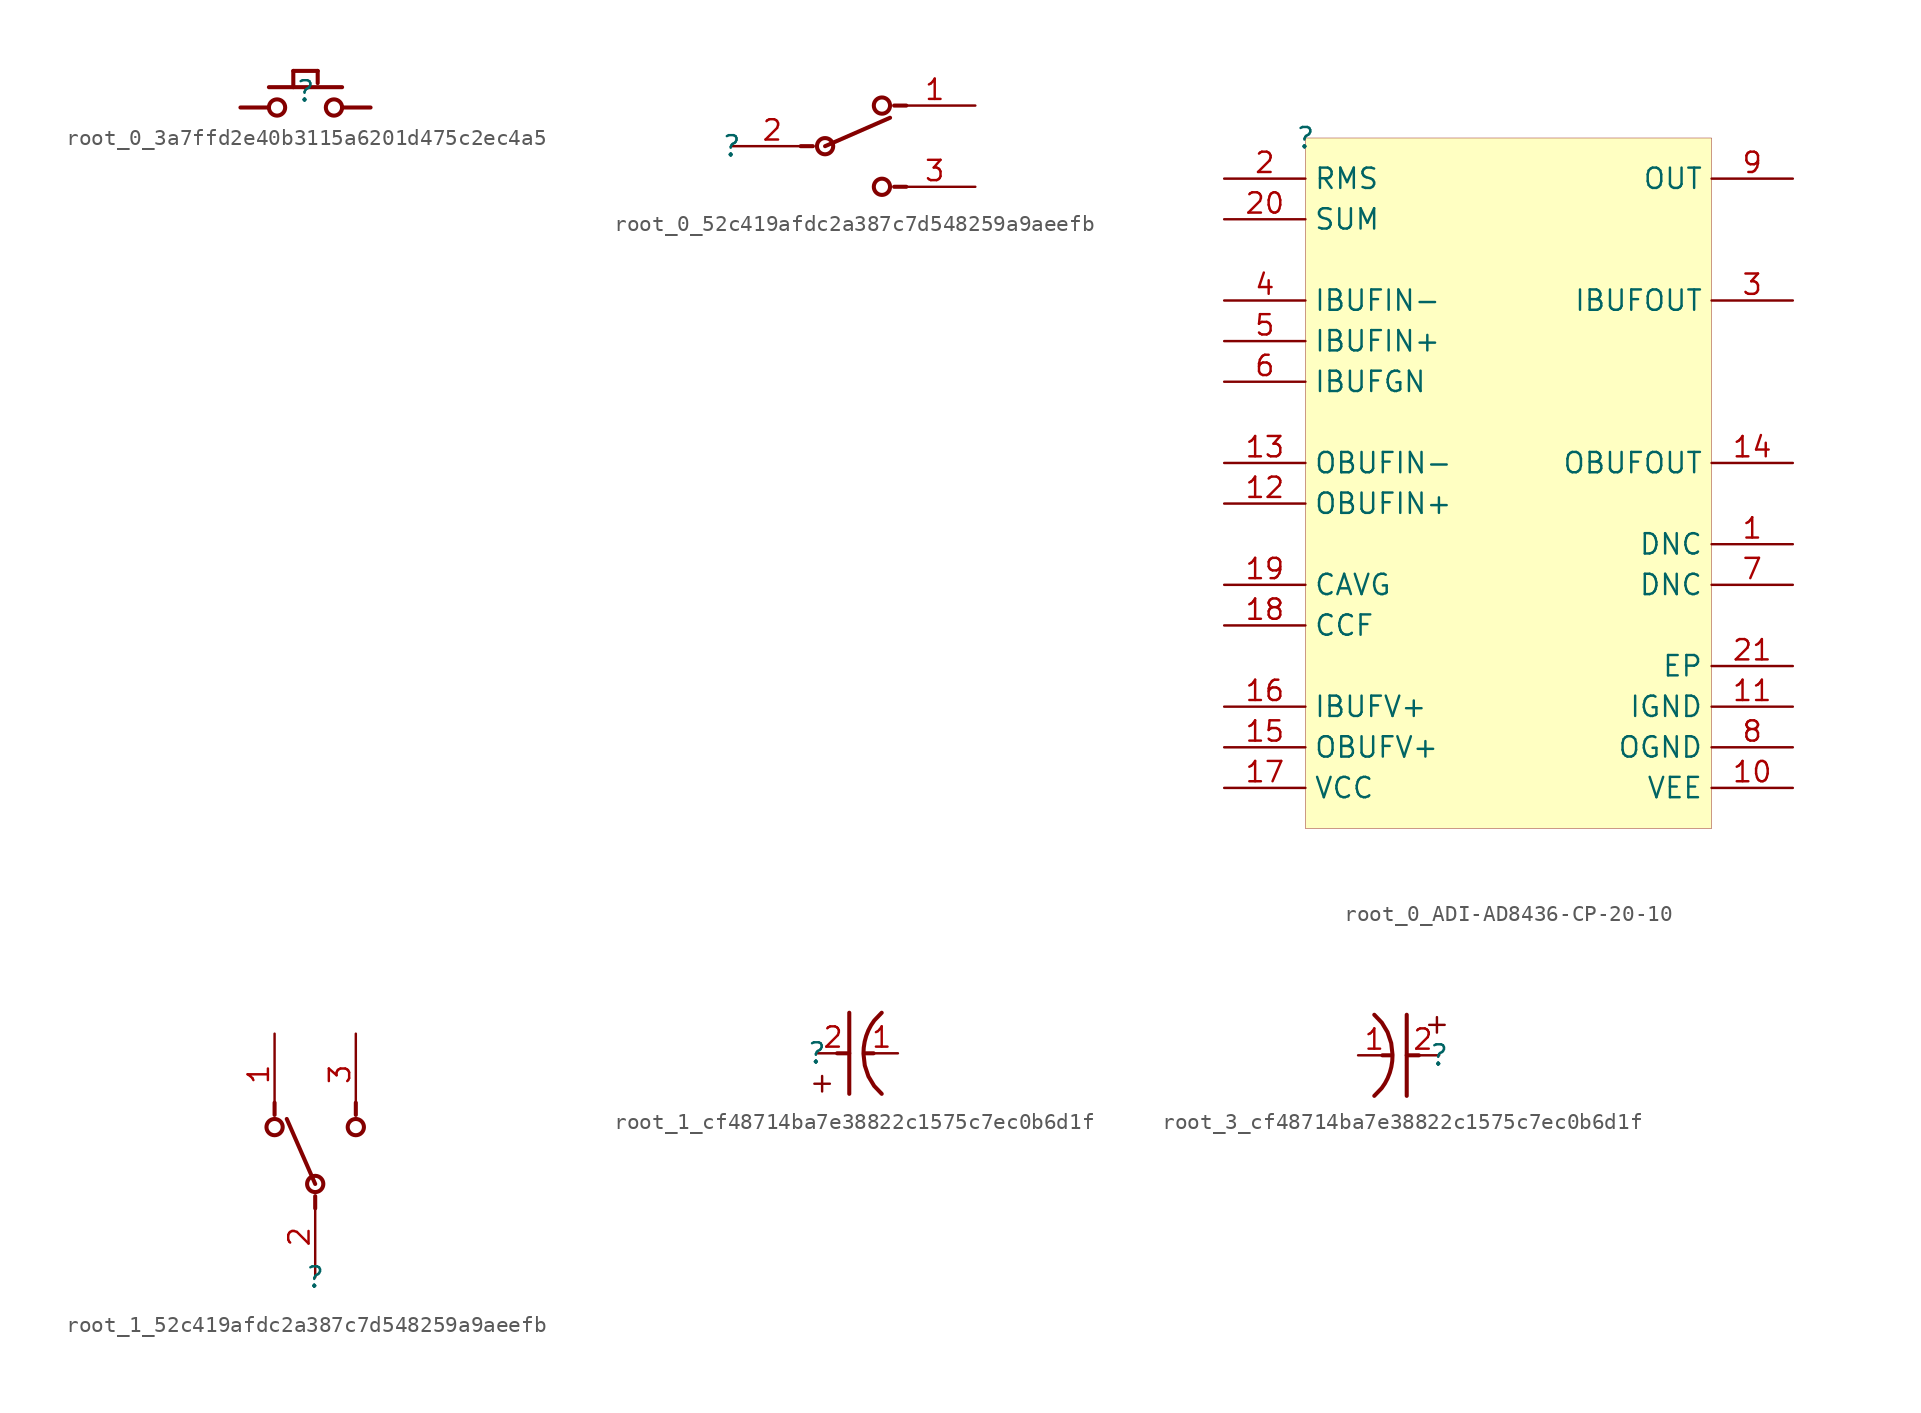
<source format=kicad_sym>
(kicad_symbol_lib
  (version 20231120)
  (generator "kicad_symbol_editor")
  (generator_version "8.0")
  (symbol "root_0_3a7ffd2e40b3115a6201d475c2ec4a5"
    (property "Reference" ""
      (at 0 0 0)
      (effects (font (size 1.27 1.27))))
    (property "Value" ""
      (at 0 0 0)
      (effects (font (size 1.27 1.27))))
    (symbol "root_0_3a7ffd2e40b3115a6201d475c2ec4a5_1_0"
      (circle (center -1.778 -1.016) (radius 0.508) (stroke (width 0.254) (type solid)) (fill (type none)))
      (polyline (pts (xy -2.286 -1.016) (xy -4.064 -1.016)) (stroke (width 0.254) (type solid)) (fill (type none)))
      (polyline (pts (xy -2.286 0.254) (xy 2.286 0.254)) (stroke (width 0.254) (type solid)) (fill (type none)))
      (polyline (pts (xy -0.762 0.254) (xy -0.762 1.27)) (stroke (width 0.254) (type solid)) (fill (type none)))
      (polyline (pts (xy -0.762 1.27) (xy 0.762 1.27)) (stroke (width 0.254) (type solid)) (fill (type none)))
      (polyline (pts (xy 0.762 1.27) (xy 0.762 0.508)) (stroke (width 0.254) (type solid)) (fill (type none)))
      (polyline (pts (xy 2.286 -1.016) (xy 4.064 -1.016)) (stroke (width 0.254) (type solid)) (fill (type none)))
      (circle (center 1.778 -1.016) (radius 0.508) (stroke (width 0.254) (type solid)) (fill (type none)))))
  (symbol "root_0_52c419afdc2a387c7d548259a9aeefb"
    (property "Reference" ""
      (at 0 0 0)
      (effects (font (size 1.27 1.27))))
    (property "Value" ""
      (at 0 0 0)
      (effects (font (size 1.27 1.27))))
    (symbol "root_0_52c419afdc2a387c7d548259a9aeefb_1_0"
      (polyline (pts (xy 5.08 0) (xy 4.318 0)) (stroke (width 0.254) (type solid)) (fill (type none)))
      (polyline (pts (xy 5.842 0) (xy 9.906 1.778)) (stroke (width 0.254) (type solid)) (fill (type none)))
      (polyline (pts (xy 10.16 -2.54) (xy 10.922 -2.54)) (stroke (width 0.254) (type solid)) (fill (type none)))
      (polyline (pts (xy 10.16 2.54) (xy 10.922 2.54)) (stroke (width 0.254) (type solid)) (fill (type none)))
      (circle (center 5.842 0) (radius 0.508) (stroke (width 0.254) (type solid)) (fill (type none)))
      (circle (center 9.398 -2.54) (radius 0.508) (stroke (width 0.254) (type solid)) (fill (type none)))
      (circle (center 9.398 2.54) (radius 0.508) (stroke (width 0.254) (type solid)) (fill (type none)))
      (pin passive line (at 15.24 2.54 180) (length 5.08) (name "1" (effects (font (size 0 0)))) (number "1" (effects (font (size 1.27 1.27)))))
      (pin passive line (at 0 0 0) (length 5.08) (name "2" (effects (font (size 0 0)))) (number "2" (effects (font (size 1.27 1.27)))))
      (pin passive line (at 15.24 -2.54 180) (length 5.08) (name "3" (effects (font (size 0 0)))) (number "3" (effects (font (size 1.27 1.27)))))))
  (symbol "root_0_ADI-AD8436-CP-20-10"
    (property "Reference" ""
      (at 0 0 0)
      (effects (font (size 1.27 1.27))))
    (property "Value" ""
      (at 0 0 0)
      (effects (font (size 1.27 1.27))))
    (symbol "root_0_ADI-AD8436-CP-20-10_1_0"
      (rectangle (start 25.4 0) (end 0 -43.18) (stroke (width 0.025) (type solid) (color 128 0 0 1)) (fill (type background)))
      (pin passive line (at 30.48 -25.4 180) (length 5.08) (name "DNC" (effects (font (size 1.27 1.27)))) (number "1" (effects (font (size 1.27 1.27)))))
      (pin power_in line (at 30.48 -40.64 180) (length 5.08) (name "VEE" (effects (font (size 1.27 1.27)))) (number "10" (effects (font (size 1.27 1.27)))))
      (pin passive line (at 30.48 -35.56 180) (length 5.08) (name "IGND" (effects (font (size 1.27 1.27)))) (number "11" (effects (font (size 1.27 1.27)))))
      (pin input line (at -5.08 -22.86 0) (length 5.08) (name "OBUFIN+" (effects (font (size 1.27 1.27)))) (number "12" (effects (font (size 1.27 1.27)))))
      (pin input line (at -5.08 -20.32 0) (length 5.08) (name "OBUFIN-" (effects (font (size 1.27 1.27)))) (number "13" (effects (font (size 1.27 1.27)))))
      (pin output line (at 30.48 -20.32 180) (length 5.08) (name "OBUFOUT" (effects (font (size 1.27 1.27)))) (number "14" (effects (font (size 1.27 1.27)))))
      (pin power_in line (at -5.08 -38.1 0) (length 5.08) (name "OBUFV+" (effects (font (size 1.27 1.27)))) (number "15" (effects (font (size 1.27 1.27)))))
      (pin power_in line (at -5.08 -35.56 0) (length 5.08) (name "IBUFV+" (effects (font (size 1.27 1.27)))) (number "16" (effects (font (size 1.27 1.27)))))
      (pin power_in line (at -5.08 -40.64 0) (length 5.08) (name "VCC" (effects (font (size 1.27 1.27)))) (number "17" (effects (font (size 1.27 1.27)))))
      (pin passive line (at -5.08 -30.48 0) (length 5.08) (name "CCF" (effects (font (size 1.27 1.27)))) (number "18" (effects (font (size 1.27 1.27)))))
      (pin passive line (at -5.08 -27.94 0) (length 5.08) (name "CAVG" (effects (font (size 1.27 1.27)))) (number "19" (effects (font (size 1.27 1.27)))))
      (pin input line (at -5.08 -2.54 0) (length 5.08) (name "RMS" (effects (font (size 1.27 1.27)))) (number "2" (effects (font (size 1.27 1.27)))))
      (pin input line (at -5.08 -5.08 0) (length 5.08) (name "SUM" (effects (font (size 1.27 1.27)))) (number "20" (effects (font (size 1.27 1.27)))))
      (pin passive line (at 30.48 -33.02 180) (length 5.08) (name "EP" (effects (font (size 1.27 1.27)))) (number "21" (effects (font (size 1.27 1.27)))))
      (pin output line (at 30.48 -10.16 180) (length 5.08) (name "IBUFOUT" (effects (font (size 1.27 1.27)))) (number "3" (effects (font (size 1.27 1.27)))))
      (pin input line (at -5.08 -10.16 0) (length 5.08) (name "IBUFIN-" (effects (font (size 1.27 1.27)))) (number "4" (effects (font (size 1.27 1.27)))))
      (pin input line (at -5.08 -12.7 0) (length 5.08) (name "IBUFIN+" (effects (font (size 1.27 1.27)))) (number "5" (effects (font (size 1.27 1.27)))))
      (pin passive line (at -5.08 -15.24 0) (length 5.08) (name "IBUFGN" (effects (font (size 1.27 1.27)))) (number "6" (effects (font (size 1.27 1.27)))))
      (pin passive line (at 30.48 -27.94 180) (length 5.08) (name "DNC" (effects (font (size 1.27 1.27)))) (number "7" (effects (font (size 1.27 1.27)))))
      (pin passive line (at 30.48 -38.1 180) (length 5.08) (name "OGND" (effects (font (size 1.27 1.27)))) (number "8" (effects (font (size 1.27 1.27)))))
      (pin power_in line (at 30.48 -2.54 180) (length 5.08) (name "OUT" (effects (font (size 1.27 1.27)))) (number "9" (effects (font (size 1.27 1.27)))))))
  (symbol "root_1_52c419afdc2a387c7d548259a9aeefb"
    (property "Reference" ""
      (at 0 0 0)
      (effects (font (size 1.27 1.27))))
    (property "Value" ""
      (at 0 0 0)
      (effects (font (size 1.27 1.27))))
    (symbol "root_1_52c419afdc2a387c7d548259a9aeefb_1_0"
      (circle (center -2.54 9.398) (radius 0.508) (stroke (width 0.254) (type solid)) (fill (type none)))
      (polyline (pts (xy -2.54 10.16) (xy -2.54 10.922)) (stroke (width 0.254) (type solid)) (fill (type none)))
      (polyline (pts (xy 0 5.08) (xy 0 4.318)) (stroke (width 0.254) (type solid)) (fill (type none)))
      (polyline (pts (xy 0 5.842) (xy -1.778 9.906)) (stroke (width 0.254) (type solid)) (fill (type none)))
      (polyline (pts (xy 2.54 10.16) (xy 2.54 10.922)) (stroke (width 0.254) (type solid)) (fill (type none)))
      (circle (center 0 5.842) (radius 0.508) (stroke (width 0.254) (type solid)) (fill (type none)))
      (circle (center 2.54 9.398) (radius 0.508) (stroke (width 0.254) (type solid)) (fill (type none)))
      (pin passive line (at -2.54 15.24 270) (length 5.08) (name "1" (effects (font (size 0 0)))) (number "1" (effects (font (size 1.27 1.27)))))
      (pin passive line (at 0 0 90) (length 5.08) (name "2" (effects (font (size 0 0)))) (number "2" (effects (font (size 1.27 1.27)))))
      (pin passive line (at 2.54 15.24 270) (length 5.08) (name "3" (effects (font (size 0 0)))) (number "3" (effects (font (size 1.27 1.27)))))))
  (symbol "root_1_cf48714ba7e38822c1575c7ec0b6d1f"
    (property "Reference" ""
      (at 0 0 0)
      (effects (font (size 1.27 1.27))))
    (property "Value" ""
      (at 0 0 0)
      (effects (font (size 1.27 1.27))))
    (symbol "root_1_cf48714ba7e38822c1575c7ec0b6d1f_1_0"
      (polyline (pts (xy 2.032 -2.54) (xy 2.032 2.54)) (stroke (width 0.254) (type solid)) (fill (type none)))
      (polyline (pts (xy 2.032 0) (xy 1.27 0)) (stroke (width 0.254) (type solid)) (fill (type none)))
      (polyline (pts (xy 3.048 0) (xy 3.556 0)) (stroke (width 0.254) (type solid)) (fill (type none)))
      (bezier (pts (xy 4.064 -2.54) (xy 2.54 -1.27) (xy 2.54 1.27) (xy 4.064 2.54)) (stroke (width 0.254) (type solid)) (fill (type none)))
      (text "+" (at -0.508 -2.794 900) (effects (font (size 1.27 1.27)) (justify left top)))
      (pin passive line (at 5.08 0 180) (length 2.032) (name "C" (effects (font (size 0 0)))) (number "1" (effects (font (size 1.27 1.27)))))
      (pin passive line (at 0 0 0) (length 2.032) (name "A" (effects (font (size 0 0)))) (number "2" (effects (font (size 1.27 1.27)))))))
  (symbol "root_3_cf48714ba7e38822c1575c7ec0b6d1f"
    (property "Reference" ""
      (at 0 0 0)
      (effects (font (size 1.27 1.27))))
    (property "Value" ""
      (at 0 0 0)
      (effects (font (size 1.27 1.27))))
    (symbol "root_3_cf48714ba7e38822c1575c7ec0b6d1f_1_0"
      (bezier (pts (xy -4.064 2.54) (xy -2.54 1.27) (xy -2.54 -1.27) (xy -4.064 -2.54)) (stroke (width 0.254) (type solid)) (fill (type none)))
      (polyline (pts (xy -3.048 0) (xy -3.556 0)) (stroke (width 0.254) (type solid)) (fill (type none)))
      (polyline (pts (xy -2.032 0) (xy -1.27 0)) (stroke (width 0.254) (type solid)) (fill (type none)))
      (polyline (pts (xy -2.032 2.54) (xy -2.032 -2.54)) (stroke (width 0.254) (type solid)) (fill (type none)))
      (text "+" (at 0.508 2.794 900) (effects (font (size 1.27 1.27)) (justify right bottom)))
      (pin passive line (at -5.08 0 0) (length 2.032) (name "C" (effects (font (size 0 0)))) (number "1" (effects (font (size 1.27 1.27)))))
      (pin passive line (at 0 0 180) (length 2.032) (name "A" (effects (font (size 0 0)))) (number "2" (effects (font (size 1.27 1.27))))))))
</source>
